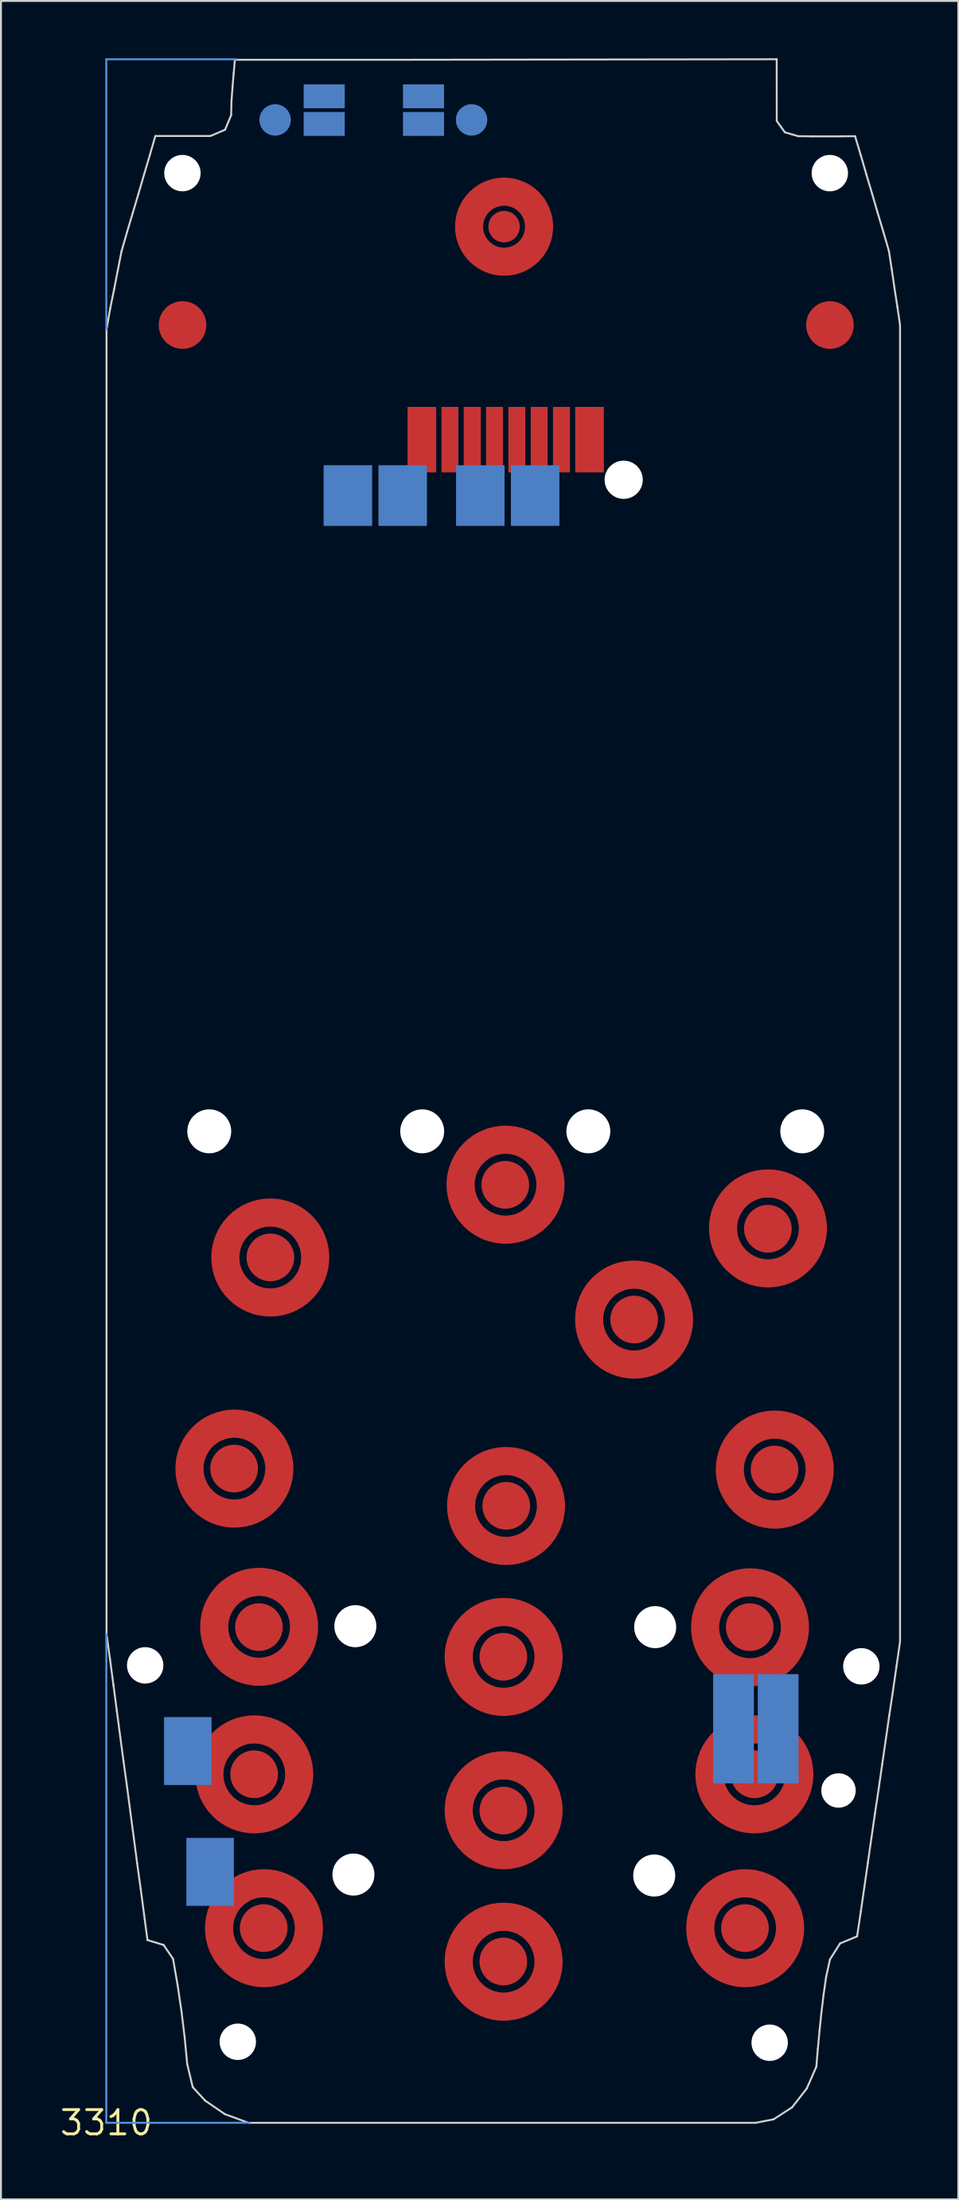
<source format=kicad_pcb>
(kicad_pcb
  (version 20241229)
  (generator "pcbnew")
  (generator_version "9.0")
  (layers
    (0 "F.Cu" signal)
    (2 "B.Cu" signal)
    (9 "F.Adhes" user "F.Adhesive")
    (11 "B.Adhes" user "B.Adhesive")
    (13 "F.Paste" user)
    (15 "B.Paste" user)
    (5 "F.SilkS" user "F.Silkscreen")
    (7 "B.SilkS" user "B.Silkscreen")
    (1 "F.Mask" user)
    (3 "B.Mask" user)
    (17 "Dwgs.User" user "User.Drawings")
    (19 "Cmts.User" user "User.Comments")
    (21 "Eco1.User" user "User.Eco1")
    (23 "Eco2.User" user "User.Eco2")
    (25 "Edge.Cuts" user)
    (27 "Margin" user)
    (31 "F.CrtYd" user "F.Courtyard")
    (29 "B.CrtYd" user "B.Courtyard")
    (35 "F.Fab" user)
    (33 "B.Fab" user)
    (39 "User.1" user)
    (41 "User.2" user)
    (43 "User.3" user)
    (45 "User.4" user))
  (footprint "3310"
    (layer "F.Cu")
    (at 2.517 108.052)
    (property "Reference" "3310" (at 0 0 0) (layer "F.SilkS") (effects (font (size 1.27 1.27) (thickness 0.15))))
    (fp_arc (start 28.24 -44.4418) (mid 27.615 -39.61094) (end 26.99 -44.4418) (stroke (width 1.2) (type solid)) (layer "F.Cu"))
    (fp_circle (center 6.706 -34.239) (end 9.058 -34.239) (stroke (width 1.473) (type solid)) (fill no) (layer "F.Cu"))
    (fp_circle (center 7.747 -18.237) (end 10.099 -18.237) (stroke (width 1.473) (type solid)) (fill no) (layer "F.Cu"))
    (fp_circle (center 8.001 -25.959) (end 10.353 -25.959) (stroke (width 1.473) (type solid)) (fill no) (layer "F.Cu"))
    (fp_circle (center 8.255 -10.185) (end 10.607 -10.185) (stroke (width 1.473) (type solid)) (fill no) (layer "F.Cu"))
    (fp_circle (center 8.585 -45.288) (end 10.938 -45.288) (stroke (width 1.473) (type solid)) (fill no) (layer "F.Cu"))
    (fp_circle (center 20.803 -24.384) (end 23.155 -24.384) (stroke (width 1.473) (type solid)) (fill no) (layer "F.Cu"))
    (fp_circle (center 20.803 -16.358) (end 23.155 -16.358) (stroke (width 1.473) (type solid)) (fill no) (layer "F.Cu"))
    (fp_circle (center 20.803 -8.433) (end 23.155 -8.433) (stroke (width 1.473) (type solid)) (fill no) (layer "F.Cu"))
    (fp_circle (center 20.828 -99.238) (end 22.66 -99.238) (stroke (width 1.473) (type solid)) (fill no) (layer "F.Cu"))
    (fp_circle (center 20.904 -49.098) (end 23.257 -49.098) (stroke (width 1.473) (type solid)) (fill no) (layer "F.Cu"))
    (fp_circle (center 20.93 -32.283) (end 23.282 -32.283) (stroke (width 1.473) (type solid)) (fill no) (layer "F.Cu"))
    (fp_circle (center 27.635 -42.037) (end 29.988 -42.037) (stroke (width 1.473) (type solid)) (fill no) (layer "F.Cu"))
    (fp_circle (center 33.452 -10.185) (end 35.804 -10.185) (stroke (width 1.473) (type solid)) (fill no) (layer "F.Cu"))
    (fp_circle (center 33.706 -25.933) (end 36.058 -25.933) (stroke (width 1.473) (type solid)) (fill no) (layer "F.Cu"))
    (fp_circle (center 33.934 -18.237) (end 36.287 -18.237) (stroke (width 1.473) (type solid)) (fill no) (layer "F.Cu"))
    (fp_circle (center 34.646 -46.812) (end 36.998 -46.812) (stroke (width 1.473) (type solid)) (fill no) (layer "F.Cu"))
    (fp_circle (center 35.001 -34.188) (end 37.354 -34.188) (stroke (width 1.473) (type solid)) (fill no) (layer "F.Cu"))
    (fp_circle (center 6.706 -34.239) (end 9.059 -34.239) (stroke (width 2.032) (type solid)) (fill no) (layer "F.Mask"))
    (fp_circle (center 7.747 -18.237) (end 10.1 -18.237) (stroke (width 2.032) (type solid)) (fill no) (layer "F.Mask"))
    (fp_circle (center 8.001 -25.959) (end 10.354 -25.959) (stroke (width 2.032) (type solid)) (fill no) (layer "F.Mask"))
    (fp_circle (center 8.255 -10.185) (end 10.608 -10.185) (stroke (width 2.032) (type solid)) (fill no) (layer "F.Mask"))
    (fp_circle (center 8.585 -45.288) (end 10.939 -45.288) (stroke (width 2.032) (type solid)) (fill no) (layer "F.Mask"))
    (fp_circle (center 20.803 -24.384) (end 23.156 -24.384) (stroke (width 2.032) (type solid)) (fill no) (layer "F.Mask"))
    (fp_circle (center 20.803 -16.358) (end 23.156 -16.358) (stroke (width 2.032) (type solid)) (fill no) (layer "F.Mask"))
    (fp_circle (center 20.803 -8.433) (end 23.156 -8.433) (stroke (width 2.032) (type solid)) (fill no) (layer "F.Mask"))
    (fp_circle (center 20.828 -99.238) (end 22.612 -99.238) (stroke (width 1.778) (type solid)) (fill no) (layer "F.Mask"))
    (fp_circle (center 20.904 -49.098) (end 23.258 -49.098) (stroke (width 2.032) (type solid)) (fill no) (layer "F.Mask"))
    (fp_circle (center 20.93 -32.283) (end 23.283 -32.283) (stroke (width 2.032) (type solid)) (fill no) (layer "F.Mask"))
    (fp_circle (center 27.635 -42.037) (end 29.989 -42.037) (stroke (width 2.032) (type solid)) (fill no) (layer "F.Mask"))
    (fp_circle (center 33.452 -10.185) (end 35.805 -10.185) (stroke (width 2.032) (type solid)) (fill no) (layer "F.Mask"))
    (fp_circle (center 33.706 -25.933) (end 36.059 -25.933) (stroke (width 2.032) (type solid)) (fill no) (layer "F.Mask"))
    (fp_circle (center 33.934 -18.237) (end 36.288 -18.237) (stroke (width 2.032) (type solid)) (fill no) (layer "F.Mask"))
    (fp_circle (center 34.646 -46.812) (end 36.999 -46.812) (stroke (width 2.032) (type solid)) (fill no) (layer "F.Mask"))
    (fp_circle (center 35.001 -34.188) (end 37.355 -34.188) (stroke (width 2.032) (type solid)) (fill no) (layer "F.Mask"))
    (fp_line (start 0 -108.001) (end 6.807 -108.001) (stroke (width 0.102) (type solid)) (layer "Cmts.User"))
    (fp_line (start 0 -93.853) (end 0 -108.001) (stroke (width 0.102) (type solid)) (layer "Cmts.User"))
    (fp_line (start 0 -25.578) (end 0 0) (stroke (width 0.102) (type solid)) (layer "Cmts.User"))
    (fp_line (start 0 0) (end 7.493 0) (stroke (width 0.102) (type solid)) (layer "Cmts.User"))
    (fp_line (start 0.011 -93.854) (end 0.011 -25.585) (stroke (width 0.1) (type solid)) (layer "Edge.Cuts"))
    (fp_line (start 0.011 -25.585) (end 0.196 -24.247) (stroke (width 0.1) (type solid)) (layer "Edge.Cuts"))
    (fp_line (start 0.196 -24.247) (end 0.373 -22.917) (stroke (width 0.1) (type solid)) (layer "Edge.Cuts"))
    (fp_line (start 0.205 -94.964) (end 0.011 -93.854) (stroke (width 0.1) (type solid)) (layer "Edge.Cuts"))
    (fp_line (start 0.373 -22.917) (end 0.549 -21.579) (stroke (width 0.1) (type solid)) (layer "Edge.Cuts"))
    (fp_line (start 0.408 -95.957) (end 0.205 -94.964) (stroke (width 0.1) (type solid)) (layer "Edge.Cuts"))
    (fp_line (start 0.549 -21.579) (end 0.725 -20.242) (stroke (width 0.1) (type solid)) (layer "Edge.Cuts"))
    (fp_line (start 0.602 -96.958) (end 0.408 -95.957) (stroke (width 0.1) (type solid)) (layer "Edge.Cuts"))
    (fp_line (start 0.725 -20.242) (end 0.902 -18.912) (stroke (width 0.1) (type solid)) (layer "Edge.Cuts"))
    (fp_line (start 0.796 -97.95) (end 0.602 -96.958) (stroke (width 0.1) (type solid)) (layer "Edge.Cuts"))
    (fp_line (start 0.902 -18.912) (end 1.087 -17.574) (stroke (width 0.1) (type solid)) (layer "Edge.Cuts"))
    (fp_line (start 1.087 -98.96) (end 0.796 -97.95) (stroke (width 0.1) (type solid)) (layer "Edge.Cuts"))
    (fp_line (start 1.087 -17.574) (end 1.263 -16.245) (stroke (width 0.1) (type solid)) (layer "Edge.Cuts"))
    (fp_line (start 1.263 -16.245) (end 1.44 -14.907) (stroke (width 0.1) (type solid)) (layer "Edge.Cuts"))
    (fp_line (start 1.387 -99.962) (end 1.087 -98.96) (stroke (width 0.1) (type solid)) (layer "Edge.Cuts"))
    (fp_line (start 1.44 -14.907) (end 1.616 -13.569) (stroke (width 0.1) (type solid)) (layer "Edge.Cuts"))
    (fp_line (start 1.616 -13.569) (end 1.801 -12.24) (stroke (width 0.1) (type solid)) (layer "Edge.Cuts"))
    (fp_line (start 1.686 -100.972) (end 1.387 -99.962) (stroke (width 0.1) (type solid)) (layer "Edge.Cuts"))
    (fp_line (start 1.801 -12.24) (end 1.978 -10.902) (stroke (width 0.1) (type solid)) (layer "Edge.Cuts"))
    (fp_line (start 1.978 -101.973) (end 1.686 -100.972) (stroke (width 0.1) (type solid)) (layer "Edge.Cuts"))
    (fp_line (start 1.978 -10.902) (end 2.154 -9.564) (stroke (width 0.1) (type solid)) (layer "Edge.Cuts"))
    (fp_line (start 2.154 -9.564) (end 3 -9.307) (stroke (width 0.1) (type solid)) (layer "Edge.Cuts"))
    (fp_line (start 2.277 -102.983) (end 1.978 -101.973) (stroke (width 0.1) (type solid)) (layer "Edge.Cuts"))
    (fp_line (start 2.568 -103.984) (end 2.277 -102.983) (stroke (width 0.1) (type solid)) (layer "Edge.Cuts"))
    (fp_line (start 3 -9.307) (end 3.494 -8.581) (stroke (width 0.1) (type solid)) (layer "Edge.Cuts"))
    (fp_line (start 3.494 -8.581) (end 3.732 -7.216) (stroke (width 0.1) (type solid)) (layer "Edge.Cuts"))
    (fp_line (start 3.732 -7.216) (end 3.935 -5.843) (stroke (width 0.1) (type solid)) (layer "Edge.Cuts"))
    (fp_line (start 3.935 -5.843) (end 4.103 -4.461) (stroke (width 0.1) (type solid)) (layer "Edge.Cuts"))
    (fp_line (start 4.103 -4.461) (end 4.235 -3.078) (stroke (width 0.1) (type solid)) (layer "Edge.Cuts"))
    (fp_line (start 4.235 -3.078) (end 4.526 -1.864) (stroke (width 0.1) (type solid)) (layer "Edge.Cuts"))
    (fp_line (start 4.526 -1.864) (end 5.179 -1.157) (stroke (width 0.1) (type solid)) (layer "Edge.Cuts"))
    (fp_line (start 5.179 -1.157) (end 6.202 -0.457) (stroke (width 0.1) (type solid)) (layer "Edge.Cuts"))
    (fp_line (start 5.452 -103.984) (end 2.568 -103.984) (stroke (width 0.1) (type solid)) (layer "Edge.Cuts"))
    (fp_line (start 6.202 -0.457) (end 7.445 0.002) (stroke (width 0.1) (type solid)) (layer "Edge.Cuts"))
    (fp_line (start 6.219 -104.312) (end 5.452 -103.984) (stroke (width 0.1) (type solid)) (layer "Edge.Cuts"))
    (fp_line (start 6.536 -105.074) (end 6.219 -104.312) (stroke (width 0.1) (type solid)) (layer "Edge.Cuts"))
    (fp_line (start 6.554 -105.801) (end 6.536 -105.074) (stroke (width 0.1) (type solid)) (layer "Edge.Cuts"))
    (fp_line (start 6.607 -106.536) (end 6.554 -105.801) (stroke (width 0.1) (type solid)) (layer "Edge.Cuts"))
    (fp_line (start 6.669 -107.263) (end 6.607 -106.536) (stroke (width 0.1) (type solid)) (layer "Edge.Cuts"))
    (fp_line (start 6.731 -107.975) (end 6.669 -107.263) (stroke (width 0.1) (type solid)) (layer "Edge.Cuts"))
    (fp_line (start 7.445 0.002) (end 33.988 0.002) (stroke (width 0.1) (type solid)) (layer "Edge.Cuts"))
    (fp_line (start 15.977 -107.975) (end 6.731 -107.975) (stroke (width 0.1) (type solid)) (layer "Edge.Cuts"))
    (fp_line (start 33.988 0.002) (end 34.938 -0.182) (stroke (width 0.1) (type solid)) (layer "Edge.Cuts"))
    (fp_line (start 34.938 -0.182) (end 35.909 -0.81) (stroke (width 0.1) (type solid)) (layer "Edge.Cuts"))
    (fp_line (start 35.103 -108.001) (end 15.977 -107.975) (stroke (width 0.1) (type solid)) (layer "Edge.Cuts"))
    (fp_line (start 35.106 -104.772) (end 35.103 -108.001) (stroke (width 0.1) (type solid)) (layer "Edge.Cuts"))
    (fp_line (start 35.53 -104.179) (end 35.106 -104.772) (stroke (width 0.1) (type solid)) (layer "Edge.Cuts"))
    (fp_line (start 35.909 -0.81) (end 36.676 -1.793) (stroke (width 0.1) (type solid)) (layer "Edge.Cuts"))
    (fp_line (start 36.226 -103.975) (end 35.53 -104.179) (stroke (width 0.1) (type solid)) (layer "Edge.Cuts"))
    (fp_line (start 36.676 -1.793) (end 37.179 -2.936) (stroke (width 0.1) (type solid)) (layer "Edge.Cuts"))
    (fp_line (start 36.976 -103.966) (end 36.226 -103.975) (stroke (width 0.1) (type solid)) (layer "Edge.Cuts"))
    (fp_line (start 37.179 -2.936) (end 37.258 -3.876) (stroke (width 0.1) (type solid)) (layer "Edge.Cuts"))
    (fp_line (start 37.258 -3.876) (end 37.346 -4.824) (stroke (width 0.1) (type solid)) (layer "Edge.Cuts"))
    (fp_line (start 37.346 -4.824) (end 37.443 -5.763) (stroke (width 0.1) (type solid)) (layer "Edge.Cuts"))
    (fp_line (start 37.443 -5.763) (end 37.558 -6.702) (stroke (width 0.1) (type solid)) (layer "Edge.Cuts"))
    (fp_line (start 37.558 -6.702) (end 37.69 -7.633) (stroke (width 0.1) (type solid)) (layer "Edge.Cuts"))
    (fp_line (start 37.69 -7.633) (end 37.893 -8.554) (stroke (width 0.1) (type solid)) (layer "Edge.Cuts"))
    (fp_line (start 37.893 -8.554) (end 38.422 -9.387) (stroke (width 0.1) (type solid)) (layer "Edge.Cuts"))
    (fp_line (start 38.422 -9.387) (end 39.313 -9.759) (stroke (width 0.1) (type solid)) (layer "Edge.Cuts"))
    (fp_line (start 38.466 -103.966) (end 36.976 -103.966) (stroke (width 0.1) (type solid)) (layer "Edge.Cuts"))
    (fp_line (start 39.207 -103.975) (end 38.466 -103.966) (stroke (width 0.1) (type solid)) (layer "Edge.Cuts"))
    (fp_line (start 39.313 -9.759) (end 39.507 -11.044) (stroke (width 0.1) (type solid)) (layer "Edge.Cuts"))
    (fp_line (start 39.507 -102.974) (end 39.207 -103.975) (stroke (width 0.1) (type solid)) (layer "Edge.Cuts"))
    (fp_line (start 39.507 -11.044) (end 39.692 -12.329) (stroke (width 0.1) (type solid)) (layer "Edge.Cuts"))
    (fp_line (start 39.692 -12.329) (end 39.877 -13.614) (stroke (width 0.1) (type solid)) (layer "Edge.Cuts"))
    (fp_line (start 39.798 -101.972) (end 39.507 -102.974) (stroke (width 0.1) (type solid)) (layer "Edge.Cuts"))
    (fp_line (start 39.877 -13.614) (end 40.062 -14.898) (stroke (width 0.1) (type solid)) (layer "Edge.Cuts"))
    (fp_line (start 40.062 -14.898) (end 40.247 -16.183) (stroke (width 0.1) (type solid)) (layer "Edge.Cuts"))
    (fp_line (start 40.097 -100.971) (end 39.798 -101.972) (stroke (width 0.1) (type solid)) (layer "Edge.Cuts"))
    (fp_line (start 40.247 -16.183) (end 40.441 -17.468) (stroke (width 0.1) (type solid)) (layer "Edge.Cuts"))
    (fp_line (start 40.388 -99.97) (end 40.097 -100.971) (stroke (width 0.1) (type solid)) (layer "Edge.Cuts"))
    (fp_line (start 40.441 -17.468) (end 40.626 -18.753) (stroke (width 0.1) (type solid)) (layer "Edge.Cuts"))
    (fp_line (start 40.626 -18.753) (end 40.812 -20.038) (stroke (width 0.1) (type solid)) (layer "Edge.Cuts"))
    (fp_line (start 40.688 -98.969) (end 40.388 -99.97) (stroke (width 0.1) (type solid)) (layer "Edge.Cuts"))
    (fp_line (start 40.812 -20.038) (end 40.997 -21.322) (stroke (width 0.1) (type solid)) (layer "Edge.Cuts"))
    (fp_line (start 40.979 -97.967) (end 40.688 -98.969) (stroke (width 0.1) (type solid)) (layer "Edge.Cuts"))
    (fp_line (start 40.997 -21.322) (end 41.191 -22.607) (stroke (width 0.1) (type solid)) (layer "Edge.Cuts"))
    (fp_line (start 41.129 -97.001) (end 40.979 -97.967) (stroke (width 0.1) (type solid)) (layer "Edge.Cuts"))
    (fp_line (start 41.191 -22.607) (end 41.376 -23.892) (stroke (width 0.1) (type solid)) (layer "Edge.Cuts"))
    (fp_line (start 41.27 -96.027) (end 41.129 -97.001) (stroke (width 0.1) (type solid)) (layer "Edge.Cuts"))
    (fp_line (start 41.376 -23.892) (end 41.561 -25.177) (stroke (width 0.1) (type solid)) (layer "Edge.Cuts"))
    (fp_line (start 41.42 -95.061) (end 41.27 -96.027) (stroke (width 0.1) (type solid)) (layer "Edge.Cuts"))
    (fp_line (start 41.561 -94.095) (end 41.42 -95.061) (stroke (width 0.1) (type solid)) (layer "Edge.Cuts"))
    (fp_line (start 41.561 -25.177) (end 41.561 -94.095) (stroke (width 0.1) (type solid)) (layer "Edge.Cuts"))
    (pad "" np_thru_hole circle (at 2.035 -23.941) (size 1.905 1.905) (drill 1.905) (layers "*.Cu" "*.Mask"))
    (pad "" np_thru_hole circle (at 3.985 -102.041) (size 1.905 1.905) (drill 1.905) (layers "*.Cu" "*.Mask"))
    (pad "" np_thru_hole circle (at 5.39 -51.892) (size 2.3 2.3) (drill 2.3) (layers "*.Cu" "*.Mask"))
    (pad "" np_thru_hole circle (at 6.885 -4.241) (size 1.905 1.905) (drill 1.905) (layers "*.Cu" "*.Mask"))
    (pad "" np_thru_hole circle (at 12.94 -12.992) (size 2.2 2.2) (drill 2.2) (layers "*.Cu" "*.Mask"))
    (pad "" np_thru_hole circle (at 13.04 -25.992) (size 2.2 2.2) (drill 2.2) (layers "*.Cu" "*.Mask"))
    (pad "" np_thru_hole circle (at 16.54 -51.892) (size 2.3 2.3) (drill 2.3) (layers "*.Cu" "*.Mask"))
    (pad "" np_thru_hole circle (at 25.24 -51.892) (size 2.3 2.3) (drill 2.3) (layers "*.Cu" "*.Mask"))
    (pad "" np_thru_hole circle (at 27.09 -85.992) (size 2 2) (drill 2) (layers "*.Cu" "*.Mask"))
    (pad "" np_thru_hole circle (at 28.69 -12.942) (size 2.2 2.2) (drill 2.2) (layers "*.Cu" "*.Mask"))
    (pad "" np_thru_hole circle (at 28.74 -25.942) (size 2.2 2.2) (drill 2.2) (layers "*.Cu" "*.Mask"))
    (pad "" np_thru_hole circle (at 34.735 -4.191) (size 1.905 1.905) (drill 1.905) (layers "*.Cu" "*.Mask"))
    (pad "" np_thru_hole circle (at 36.44 -51.892) (size 2.3 2.3) (drill 2.3) (layers "*.Cu" "*.Mask"))
    (pad "" np_thru_hole circle (at 37.885 -102.041) (size 1.905 1.905) (drill 1.905) (layers "*.Cu" "*.Mask"))
    (pad "" np_thru_hole circle (at 38.34 -17.392) (size 1.8 1.8) (drill 1.8) (layers "*.Cu" "*.Mask"))
    (pad "" np_thru_hole circle (at 39.535 -23.891) (size 1.905 1.905) (drill 1.905) (layers "*.Cu" "*.Mask"))
    (pad "ANTG" smd roundrect (at 8.839 -104.826) (size 1.651 1.651) (layers "B.Cu" "B.Mask") (roundrect_rratio 0.5))
    (pad "ANTP" smd roundrect (at 19.126 -104.826) (size 1.651 1.651) (layers "B.Cu" "B.Mask") (roundrect_rratio 0.5))
    (pad "B0I" smd roundrect (at 20.79 -8.442 90) (size 2.5 2.5) (layers "F.Cu" "F.Mask") (roundrect_rratio 0.5))
    (pad "B0O" smd roundrect (at 18.49 -8.392 90) (size 0.813 0.406) (layers "F.Cu" "F.Mask") (roundrect_rratio 0.5))
    (pad "B1I" smd roundrect (at 6.69 -34.242 90) (size 2.5 2.5) (layers "F.Cu" "F.Mask") (roundrect_rratio 0.5))
    (pad "B1O" smd roundrect (at 4.39 -34.192 90) (size 0.813 0.406) (layers "F.Cu" "F.Mask") (roundrect_rratio 0.5))
    (pad "B2I" smd roundrect (at 20.94 -32.292 90) (size 2.5 2.5) (layers "F.Cu" "F.Mask") (roundrect_rratio 0.5))
    (pad "B2O" smd roundrect (at 18.64 -32.242 90) (size 0.813 0.406) (layers "F.Cu" "F.Mask") (roundrect_rratio 0.5))
    (pad "B3I" smd roundrect (at 34.99 -34.192 90) (size 2.5 2.5) (layers "F.Cu" "F.Mask") (roundrect_rratio 0.5))
    (pad "B3O" smd roundrect (at 32.69 -34.142 90) (size 0.813 0.406) (layers "F.Cu" "F.Mask") (roundrect_rratio 0.5))
    (pad "B4I" smd roundrect (at 7.99 -25.942 90) (size 2.5 2.5) (layers "F.Cu" "F.Mask") (roundrect_rratio 0.5))
    (pad "B4O" smd roundrect (at 5.69 -25.892 90) (size 0.813 0.406) (layers "F.Cu" "F.Mask") (roundrect_rratio 0.5))
    (pad "B5I" smd roundrect (at 20.79 -24.392 90) (size 2.5 2.5) (layers "F.Cu" "F.Mask") (roundrect_rratio 0.5))
    (pad "B5O" smd roundrect (at 18.49 -24.342 90) (size 0.813 0.406) (layers "F.Cu" "F.Mask") (roundrect_rratio 0.5))
    (pad "B6I" smd roundrect (at 33.69 -25.942 90) (size 2.5 2.5) (layers "F.Cu" "F.Mask") (roundrect_rratio 0.5))
    (pad "B6O" smd roundrect (at 31.39 -25.892 90) (size 0.813 0.406) (layers "F.Cu" "F.Mask") (roundrect_rratio 0.5))
    (pad "B7I" smd roundrect (at 7.74 -18.242 90) (size 2.5 2.5) (layers "F.Cu" "F.Mask") (roundrect_rratio 0.5))
    (pad "B7O" smd roundrect (at 5.44 -18.192 90) (size 0.813 0.406) (layers "F.Cu" "F.Mask") (roundrect_rratio 0.5))
    (pad "B8I" smd roundrect (at 20.79 -16.342 90) (size 2.5 2.5) (layers "F.Cu" "F.Mask") (roundrect_rratio 0.5))
    (pad "B8O" smd roundrect (at 18.49 -16.292 90) (size 0.813 0.406) (layers "F.Cu" "F.Mask") (roundrect_rratio 0.5))
    (pad "B9I" smd roundrect (at 33.94 -18.242 90) (size 2.5 2.5) (layers "F.Cu" "F.Mask") (roundrect_rratio 0.5))
    (pad "B9O" smd roundrect (at 31.64 -18.192 90) (size 0.813 0.406) (layers "F.Cu" "F.Mask") (roundrect_rratio 0.5))
    (pad "BAI" smd roundrect (at 8.24 -10.192 90) (size 2.5 2.5) (layers "F.Cu" "F.Mask") (roundrect_rratio 0.5))
    (pad "BAO" smd roundrect (at 5.94 -10.142 90) (size 0.813 0.406) (layers "F.Cu" "F.Mask") (roundrect_rratio 0.5))
    (pad "BATT+" smd rect (at 22.454 -85.166 180) (size 2.54 3.175) (layers "B.Cu" "B.Mask"))
    (pad "BATT-" smd rect (at 12.649 -85.166 180) (size 2.54 3.175) (layers "B.Cu" "B.Mask"))
    (pad "BCI" smd roundrect (at 8.59 -45.292 90) (size 2.5 2.5) (layers "F.Cu" "F.Mask") (roundrect_rratio 0.5))
    (pad "BCO" smd roundrect (at 6.29 -45.242 90) (size 0.813 0.406) (layers "F.Cu" "F.Mask") (roundrect_rratio 0.5))
    (pad "BDI" smd roundrect (at 27.64 -42.042 90) (size 2.5 2.5) (layers "F.Cu" "F.Mask") (roundrect_rratio 0.5))
    (pad "BDO" smd roundrect (at 25.34 -41.992 90) (size 0.813 0.406) (layers "F.Cu" "F.Mask") (roundrect_rratio 0.5))
    (pad "BMI" smd roundrect (at 20.89 -49.092 90) (size 2.5 2.5) (layers "F.Cu" "F.Mask") (roundrect_rratio 0.5))
    (pad "BMO" smd roundrect (at 18.59 -49.042 90) (size 0.813 0.406) (layers "F.Cu" "F.Mask") (roundrect_rratio 0.5))
    (pad "BSI" smd roundrect (at 33.44 -10.192 90) (size 2.5 2.5) (layers "F.Cu" "F.Mask") (roundrect_rratio 0.5))
    (pad "BSO" smd roundrect (at 31.14 -10.142 90) (size 0.813 0.406) (layers "F.Cu" "F.Mask") (roundrect_rratio 0.5))
    (pad "BTEMP" smd rect (at 15.519 -85.166 180) (size 2.54 3.175) (layers "B.Cu" "B.Mask"))
    (pad "BUI" smd roundrect (at 34.64 -46.792 90) (size 2.5 2.5) (layers "F.Cu" "F.Mask") (roundrect_rratio 0.5))
    (pad "BUO" smd roundrect (at 32.34 -46.742 90) (size 0.813 0.406) (layers "F.Cu" "F.Mask") (roundrect_rratio 0.5))
    (pad "BUZ1" smd rect (at 4.267 -19.456) (size 2.489 3.556) (layers "B.Cu" "B.Mask"))
    (pad "BUZ2" smd rect (at 5.436 -13.132) (size 2.489 3.556) (layers "B.Cu" "B.Mask"))
    (pad "B_SI" smd rect (at 19.583 -85.166 180) (size 2.54 3.175) (layers "B.Cu" "B.Mask"))
    (pad "G1" smd roundrect (at 3.99 -94.092 90) (size 2.5 2.5) (layers "F.Cu" "F.Mask") (roundrect_rratio 0.5))
    (pad "G2" smd roundrect (at 37.89 -94.092 90) (size 2.5 2.5) (layers "F.Cu" "F.Mask") (roundrect_rratio 0.5))
    (pad "MOT1" smd rect (at 32.842 -20.625 90) (size 5.715 2.134) (layers "B.Cu" "B.Mask"))
    (pad "MOT2" smd rect (at 35.179 -20.625 90) (size 5.715 2.134) (layers "B.Cu" "B.Mask"))
    (pad "P$1" smd rect (at 16.524 -88.092 90) (size 3.429 1.5) (layers "F.Cu" "F.Mask"))
    (pad "P$2" smd rect (at 17.992 -88.092 90) (size 3.429 0.889) (layers "F.Cu" "F.Mask"))
    (pad "P$3" smd rect (at 19.16 -88.092 90) (size 3.429 0.889) (layers "F.Cu" "F.Mask"))
    (pad "P$4" smd rect (at 20.329 -88.092 90) (size 3.429 0.889) (layers "F.Cu" "F.Mask"))
    (pad "P$5" smd rect (at 21.497 -88.092 90) (size 3.429 0.889) (layers "F.Cu" "F.Mask"))
    (pad "P$6" smd rect (at 22.666 -88.092 90) (size 3.429 0.889) (layers "F.Cu" "F.Mask"))
    (pad "P$7" smd rect (at 23.834 -88.092 90) (size 3.429 0.889) (layers "F.Cu" "F.Mask"))
    (pad "P$8" smd rect (at 25.302 -88.092 90) (size 3.429 1.5) (layers "F.Cu" "F.Mask"))
    (pad "PW1A" smd rect (at 11.409 -106.061) (size 2.15 1.25) (layers "B.Cu" "B.Mask" "B.Paste"))
    (pad "PW1B" smd rect (at 16.609 -106.061) (size 2.15 1.25) (layers "B.Cu" "B.Mask" "B.Paste"))
    (pad "PW2A" smd rect (at 11.409 -104.615) (size 2.15 1.25) (layers "B.Cu" "B.Mask" "B.Paste"))
    (pad "PW2B" smd rect (at 16.609 -104.615) (size 2.15 1.25) (layers "B.Cu" "B.Mask" "B.Paste"))
    (pad "SPK1" smd roundrect (at 20.828 -99.238) (size 1.651 1.651) (layers "F.Cu" "F.Mask") (roundrect_rratio 0.5))
    (pad "SPK2" smd roundrect (at 19.066 -99.191 90) (size 0.813 0.406) (layers "F.Cu" "F.Mask") (roundrect_rratio 0.5)))
  (gr_rect
    (start -3 -3)
    (end 47.128 112.058)
    (stroke (width 0.1) (type default))
    (fill no)
    (layer "Edge.Cuts")))
</source>
